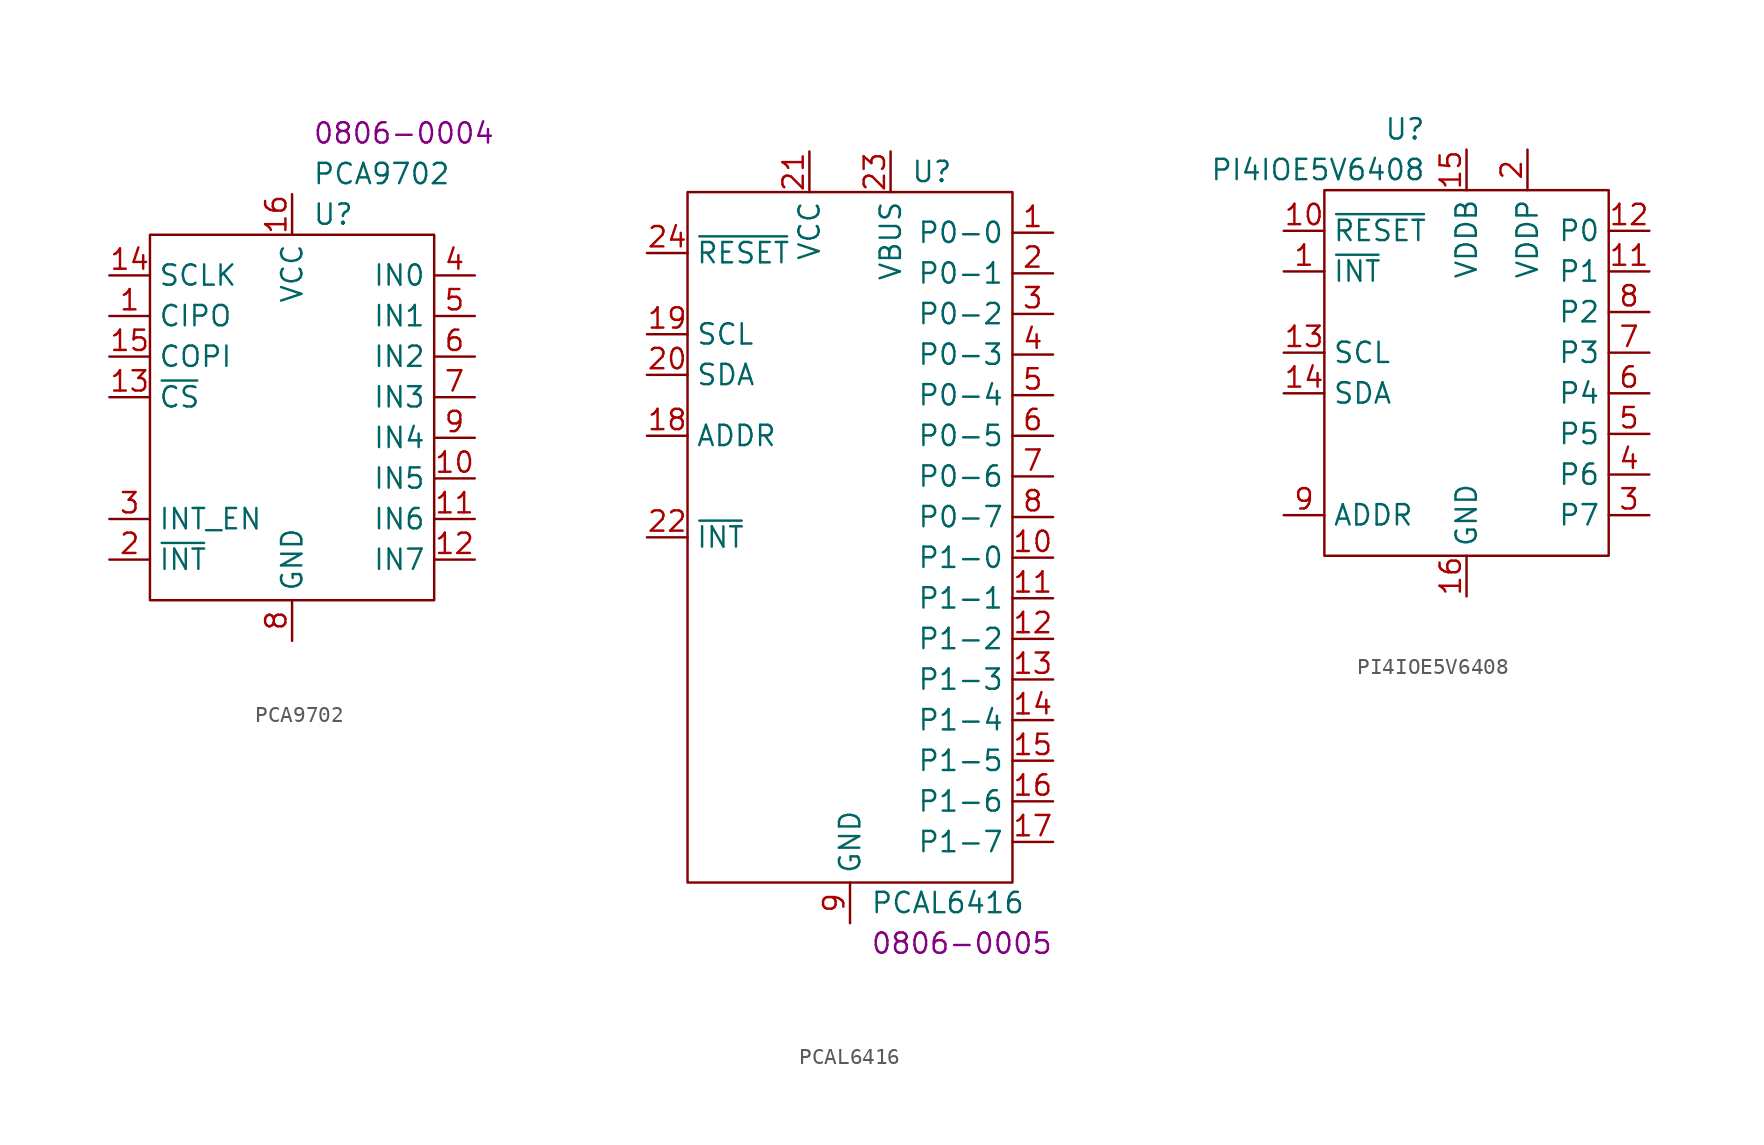
<source format=kicad_sym>
(kicad_symbol_lib
  (version 20220914)
  (generator kicad_symbol_editor)
  (symbol "PCA9702"
    (property "Reference" "U"
      (at 10.16 1.27 0)
      (effects (font (size 1.27 1.27)) (justify left)))
    (property "Value" "PCA9702"
      (at 10.16 3.81 0)
      (effects (font (size 1.27 1.27)) (justify left)))
    (property "PartNumber" "0806-0004"
      (at 10.16 6.35 0)
      (effects (font (size 1.27 1.27)) (justify left)))
    (symbol "PCA9702_0_0"
      (pin output line (at -2.54 -5.08 0) (length 2.54) (name "CIPO" (effects (font (size 1.27 1.27)))) (number "1" (effects (font (size 1.27 1.27)))))
      (pin bidirectional line (at 20.32 -15.24 180) (length 2.54) (name "IN5" (effects (font (size 1.27 1.27)))) (number "10" (effects (font (size 1.27 1.27)))))
      (pin bidirectional line (at 20.32 -17.78 180) (length 2.54) (name "IN6" (effects (font (size 1.27 1.27)))) (number "11" (effects (font (size 1.27 1.27)))))
      (pin bidirectional line (at 20.32 -20.32 180) (length 2.54) (name "IN7" (effects (font (size 1.27 1.27)))) (number "12" (effects (font (size 1.27 1.27)))))
      (pin input line (at -2.54 -10.16 0) (length 2.54) (name "~{CS}" (effects (font (size 1.27 1.27)))) (number "13" (effects (font (size 1.27 1.27)))))
      (pin input line (at -2.54 -2.54 0) (length 2.54) (name "SCLK" (effects (font (size 1.27 1.27)))) (number "14" (effects (font (size 1.27 1.27)))))
      (pin input line (at -2.54 -7.62 0) (length 2.54) (name "COPI" (effects (font (size 1.27 1.27)))) (number "15" (effects (font (size 1.27 1.27)))))
      (pin power_in line (at 8.89 2.54 270) (length 2.54) (name "VCC" (effects (font (size 1.27 1.27)))) (number "16" (effects (font (size 1.27 1.27)))))
      (pin output line (at -2.54 -20.32 0) (length 2.54) (name "~{INT}" (effects (font (size 1.27 1.27)))) (number "2" (effects (font (size 1.27 1.27)))))
      (pin input line (at -2.54 -17.78 0) (length 2.54) (name "INT_EN" (effects (font (size 1.27 1.27)))) (number "3" (effects (font (size 1.27 1.27)))))
      (pin bidirectional line (at 20.32 -2.54 180) (length 2.54) (name "IN0" (effects (font (size 1.27 1.27)))) (number "4" (effects (font (size 1.27 1.27)))))
      (pin bidirectional line (at 20.32 -5.08 180) (length 2.54) (name "IN1" (effects (font (size 1.27 1.27)))) (number "5" (effects (font (size 1.27 1.27)))))
      (pin bidirectional line (at 20.32 -7.62 180) (length 2.54) (name "IN2" (effects (font (size 1.27 1.27)))) (number "6" (effects (font (size 1.27 1.27)))))
      (pin bidirectional line (at 20.32 -10.16 180) (length 2.54) (name "IN3" (effects (font (size 1.27 1.27)))) (number "7" (effects (font (size 1.27 1.27)))))
      (pin power_in line (at 8.89 -25.4 90) (length 2.54) (name "GND" (effects (font (size 1.27 1.27)))) (number "8" (effects (font (size 1.27 1.27)))))
      (pin bidirectional line (at 20.32 -12.7 180) (length 2.54) (name "IN4" (effects (font (size 1.27 1.27)))) (number "9" (effects (font (size 1.27 1.27))))))
    (symbol "PCA9702_0_1"
      (rectangle (start 0 0) (end 17.78 -22.86) (stroke (width 0) (type default)) (fill (type none)))))
  (symbol "PCAL6416"
    (property "Reference" "U"
      (at 13.97 1.27 0)
      (effects (font (size 1.27 1.27)) (justify left)))
    (property "Value" "PCAL6416"
      (at 11.43 -44.45 0)
      (effects (font (size 1.27 1.27)) (justify left)))
    (property "PartNumber" "0806-0005"
      (at 11.43 -46.99 0)
      (effects (font (size 1.27 1.27)) (justify left)))
    (symbol "PCAL6416_0_0"
      (pin bidirectional line (at 22.86 -2.54 180) (length 2.54) (name "P0-0" (effects (font (size 1.27 1.27)))) (number "1" (effects (font (size 1.27 1.27)))))
      (pin bidirectional line (at 22.86 -22.86 180) (length 2.54) (name "P1-0" (effects (font (size 1.27 1.27)))) (number "10" (effects (font (size 1.27 1.27)))))
      (pin bidirectional line (at 22.86 -25.4 180) (length 2.54) (name "P1-1" (effects (font (size 1.27 1.27)))) (number "11" (effects (font (size 1.27 1.27)))))
      (pin bidirectional line (at 22.86 -27.94 180) (length 2.54) (name "P1-2" (effects (font (size 1.27 1.27)))) (number "12" (effects (font (size 1.27 1.27)))))
      (pin bidirectional line (at 22.86 -30.48 180) (length 2.54) (name "P1-3" (effects (font (size 1.27 1.27)))) (number "13" (effects (font (size 1.27 1.27)))))
      (pin bidirectional line (at 22.86 -33.02 180) (length 2.54) (name "P1-4" (effects (font (size 1.27 1.27)))) (number "14" (effects (font (size 1.27 1.27)))))
      (pin bidirectional line (at 22.86 -35.56 180) (length 2.54) (name "P1-5" (effects (font (size 1.27 1.27)))) (number "15" (effects (font (size 1.27 1.27)))))
      (pin bidirectional line (at 22.86 -38.1 180) (length 2.54) (name "P1-6" (effects (font (size 1.27 1.27)))) (number "16" (effects (font (size 1.27 1.27)))))
      (pin bidirectional line (at 22.86 -40.64 180) (length 2.54) (name "P1-7" (effects (font (size 1.27 1.27)))) (number "17" (effects (font (size 1.27 1.27)))))
      (pin passive line (at -2.54 -15.24 0) (length 2.54) (name "ADDR" (effects (font (size 1.27 1.27)))) (number "18" (effects (font (size 1.27 1.27)))))
      (pin input line (at -2.54 -8.89 0) (length 2.54) (name "SCL" (effects (font (size 1.27 1.27)))) (number "19" (effects (font (size 1.27 1.27)))))
      (pin bidirectional line (at 22.86 -5.08 180) (length 2.54) (name "P0-1" (effects (font (size 1.27 1.27)))) (number "2" (effects (font (size 1.27 1.27)))))
      (pin bidirectional line (at -2.54 -11.43 0) (length 2.54) (name "SDA" (effects (font (size 1.27 1.27)))) (number "20" (effects (font (size 1.27 1.27)))))
      (pin power_in line (at 7.62 2.54 270) (length 2.54) (name "VCC" (effects (font (size 1.27 1.27)))) (number "21" (effects (font (size 1.27 1.27)))))
      (pin output line (at -2.54 -21.59 0) (length 2.54) (name "~{INT}" (effects (font (size 1.27 1.27)))) (number "22" (effects (font (size 1.27 1.27)))))
      (pin power_in line (at 12.7 2.54 270) (length 2.54) (name "VBUS" (effects (font (size 1.27 1.27)))) (number "23" (effects (font (size 1.27 1.27)))))
      (pin input line (at -2.54 -3.81 0) (length 2.54) (name "~{RESET}" (effects (font (size 1.27 1.27)))) (number "24" (effects (font (size 1.27 1.27)))))
      (pin power_in line (at 10.16 -45.72 90) (length 2.54) hide (name "GND" (effects (font (size 1.27 1.27)))) (number "25" (effects (font (size 1.27 1.27)))))
      (pin bidirectional line (at 22.86 -7.62 180) (length 2.54) (name "P0-2" (effects (font (size 1.27 1.27)))) (number "3" (effects (font (size 1.27 1.27)))))
      (pin bidirectional line (at 22.86 -10.16 180) (length 2.54) (name "P0-3" (effects (font (size 1.27 1.27)))) (number "4" (effects (font (size 1.27 1.27)))))
      (pin bidirectional line (at 22.86 -12.7 180) (length 2.54) (name "P0-4" (effects (font (size 1.27 1.27)))) (number "5" (effects (font (size 1.27 1.27)))))
      (pin bidirectional line (at 22.86 -15.24 180) (length 2.54) (name "P0-5" (effects (font (size 1.27 1.27)))) (number "6" (effects (font (size 1.27 1.27)))))
      (pin bidirectional line (at 22.86 -17.78 180) (length 2.54) (name "P0-6" (effects (font (size 1.27 1.27)))) (number "7" (effects (font (size 1.27 1.27)))))
      (pin bidirectional line (at 22.86 -20.32 180) (length 2.54) (name "P0-7" (effects (font (size 1.27 1.27)))) (number "8" (effects (font (size 1.27 1.27)))))
      (pin power_in line (at 10.16 -45.72 90) (length 2.54) (name "GND" (effects (font (size 1.27 1.27)))) (number "9" (effects (font (size 1.27 1.27))))))
    (symbol "PCAL6416_0_1"
      (rectangle (start 0 0) (end 20.32 -43.18) (stroke (width 0) (type default)) (fill (type none)))))
  (symbol "PI4IOE5V6408"
    (property "Reference" "U"
      (at 6.35 3.81 0)
      (effects (font (size 1.27 1.27)) (justify right)))
    (property "Value" "PI4IOE5V6408"
      (at 6.35 1.27 0)
      (effects (font (size 1.27 1.27)) (justify right)))
    (symbol "PI4IOE5V6408_0_0"
      (pin output line (at -2.54 -5.08 0) (length 2.54) (name "~{INT}" (effects (font (size 1.27 1.27)))) (number "1" (effects (font (size 1.27 1.27)))))
      (pin input line (at -2.54 -2.54 0) (length 2.54) (name "~{RESET}" (effects (font (size 1.27 1.27)))) (number "10" (effects (font (size 1.27 1.27)))))
      (pin bidirectional line (at 20.32 -5.08 180) (length 2.54) (name "P1" (effects (font (size 1.27 1.27)))) (number "11" (effects (font (size 1.27 1.27)))))
      (pin bidirectional line (at 20.32 -2.54 180) (length 2.54) (name "P0" (effects (font (size 1.27 1.27)))) (number "12" (effects (font (size 1.27 1.27)))))
      (pin input line (at -2.54 -10.16 0) (length 2.54) (name "SCL" (effects (font (size 1.27 1.27)))) (number "13" (effects (font (size 1.27 1.27)))))
      (pin bidirectional line (at -2.54 -12.7 0) (length 2.54) (name "SDA" (effects (font (size 1.27 1.27)))) (number "14" (effects (font (size 1.27 1.27)))))
      (pin power_in line (at 8.89 2.54 270) (length 2.54) (name "VDDB" (effects (font (size 1.27 1.27)))) (number "15" (effects (font (size 1.27 1.27)))))
      (pin power_in line (at 8.89 -25.4 90) (length 2.54) (name "GND" (effects (font (size 1.27 1.27)))) (number "16" (effects (font (size 1.27 1.27)))))
      (pin power_in line (at 12.7 2.54 270) (length 2.54) (name "VDDP" (effects (font (size 1.27 1.27)))) (number "2" (effects (font (size 1.27 1.27)))))
      (pin bidirectional line (at 20.32 -20.32 180) (length 2.54) (name "P7" (effects (font (size 1.27 1.27)))) (number "3" (effects (font (size 1.27 1.27)))))
      (pin bidirectional line (at 20.32 -17.78 180) (length 2.54) (name "P6" (effects (font (size 1.27 1.27)))) (number "4" (effects (font (size 1.27 1.27)))))
      (pin bidirectional line (at 20.32 -15.24 180) (length 2.54) (name "P5" (effects (font (size 1.27 1.27)))) (number "5" (effects (font (size 1.27 1.27)))))
      (pin bidirectional line (at 20.32 -12.7 180) (length 2.54) (name "P4" (effects (font (size 1.27 1.27)))) (number "6" (effects (font (size 1.27 1.27)))))
      (pin bidirectional line (at 20.32 -10.16 180) (length 2.54) (name "P3" (effects (font (size 1.27 1.27)))) (number "7" (effects (font (size 1.27 1.27)))))
      (pin bidirectional line (at 20.32 -7.62 180) (length 2.54) (name "P2" (effects (font (size 1.27 1.27)))) (number "8" (effects (font (size 1.27 1.27)))))
      (pin input line (at -2.54 -20.32 0) (length 2.54) (name "ADDR" (effects (font (size 1.27 1.27)))) (number "9" (effects (font (size 1.27 1.27))))))
    (symbol "PI4IOE5V6408_0_1"
      (rectangle (start 0 0) (end 17.78 -22.86) (stroke (width 0) (type default)) (fill (type none))))))
</source>
